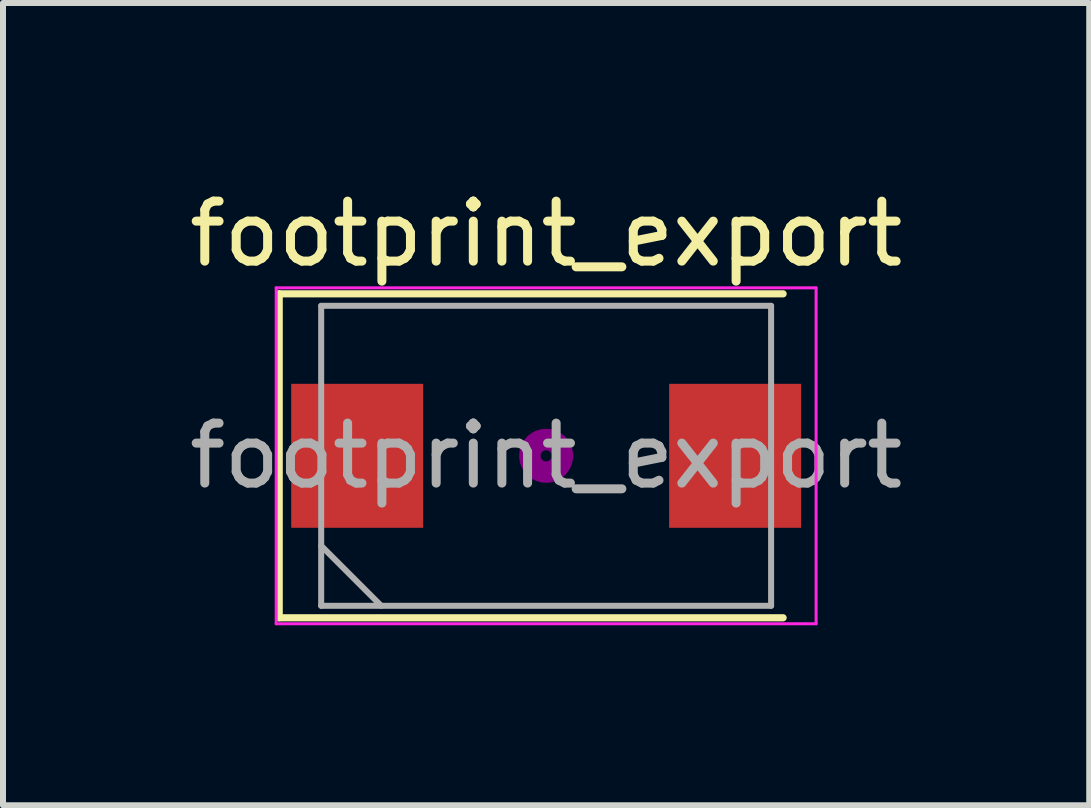
<source format=kicad_pcb>
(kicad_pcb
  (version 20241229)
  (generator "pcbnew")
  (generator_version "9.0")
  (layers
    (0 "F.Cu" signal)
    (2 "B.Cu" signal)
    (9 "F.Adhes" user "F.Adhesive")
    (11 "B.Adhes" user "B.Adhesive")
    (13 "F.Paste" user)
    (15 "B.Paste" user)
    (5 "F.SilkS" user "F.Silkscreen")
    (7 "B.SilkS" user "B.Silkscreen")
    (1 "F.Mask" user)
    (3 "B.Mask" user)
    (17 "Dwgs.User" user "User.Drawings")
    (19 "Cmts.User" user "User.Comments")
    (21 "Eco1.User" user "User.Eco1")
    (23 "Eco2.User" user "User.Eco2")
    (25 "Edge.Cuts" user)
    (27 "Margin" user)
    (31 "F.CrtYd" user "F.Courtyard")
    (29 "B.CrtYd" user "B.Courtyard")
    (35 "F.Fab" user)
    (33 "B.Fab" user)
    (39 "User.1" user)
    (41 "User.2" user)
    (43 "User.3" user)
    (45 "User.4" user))
  (footprint "footprint_export"
    (layer "F.Cu")
    (at 6.054 4.548)
    (property "Reference" "footprint_export" (at 0 -3.7 0) (layer "F.SilkS") (effects (font (size 1 1) (thickness 0.15))))
    (attr smd)
    (fp_line (start -4.45 -2.7) (end -4.45 2.7) (stroke (width 0.12) (type solid)) (layer "F.SilkS"))
    (fp_line (start -4.45 2.7) (end 3.95 2.7) (stroke (width 0.12) (type solid)) (layer "F.SilkS"))
    (fp_line (start 3.95 -2.7) (end -4.45 -2.7) (stroke (width 0.12) (type solid)) (layer "F.SilkS"))
    (fp_circle (center 0 0) (end 0.093 0) (stroke (width 0.187) (type solid)) (fill no) (layer "F.Adhes"))
    (fp_circle (center 0 0) (end 0.213 0) (stroke (width 0.133) (type solid)) (fill no) (layer "F.Adhes"))
    (fp_circle (center 0 0) (end 0.333 0) (stroke (width 0.133) (type solid)) (fill no) (layer "F.Adhes"))
    (fp_circle (center 0 0) (end 0.4 0) (stroke (width 0.1) (type solid)) (fill no) (layer "F.Adhes"))
    (fp_line (start -4.5 -2.8) (end -4.5 2.8) (stroke (width 0.05) (type solid)) (layer "F.CrtYd"))
    (fp_line (start -4.5 2.8) (end 4.5 2.8) (stroke (width 0.05) (type solid)) (layer "F.CrtYd"))
    (fp_line (start 4.5 -2.8) (end -4.5 -2.8) (stroke (width 0.05) (type solid)) (layer "F.CrtYd"))
    (fp_line (start 4.5 2.8) (end 4.5 -2.8) (stroke (width 0.05) (type solid)) (layer "F.CrtYd"))
    (fp_line (start -3.75 -2.5) (end -3.75 2.5) (stroke (width 0.1) (type solid)) (layer "F.Fab"))
    (fp_line (start -3.75 1.5) (end -2.75 2.5) (stroke (width 0.1) (type solid)) (layer "F.Fab"))
    (fp_line (start -3.75 2.5) (end 3.75 2.5) (stroke (width 0.1) (type solid)) (layer "F.Fab"))
    (fp_line (start 3.75 -2.5) (end -3.75 -2.5) (stroke (width 0.1) (type solid)) (layer "F.Fab"))
    (fp_line (start 3.75 2.5) (end 3.75 -2.5) (stroke (width 0.1) (type solid)) (layer "F.Fab"))
    (fp_text user "${REFERENCE}" (at 0 0 0) (layer "F.Fab") (effects (font (size 1 1) (thickness 0.15))))
    (pad "1" smd rect (at -3.15 0) (size 2.2 2.4) (layers "F.Cu" "F.Mask" "F.Paste"))
    (pad "2" smd rect (at 3.15 0) (size 2.2 2.4) (layers "F.Cu" "F.Mask" "F.Paste")))
  (gr_rect
    (start -3 -3)
    (end 15.107 10.373)
    (stroke (width 0.1) (type default))
    (fill no)
    (layer "Edge.Cuts")))
</source>
